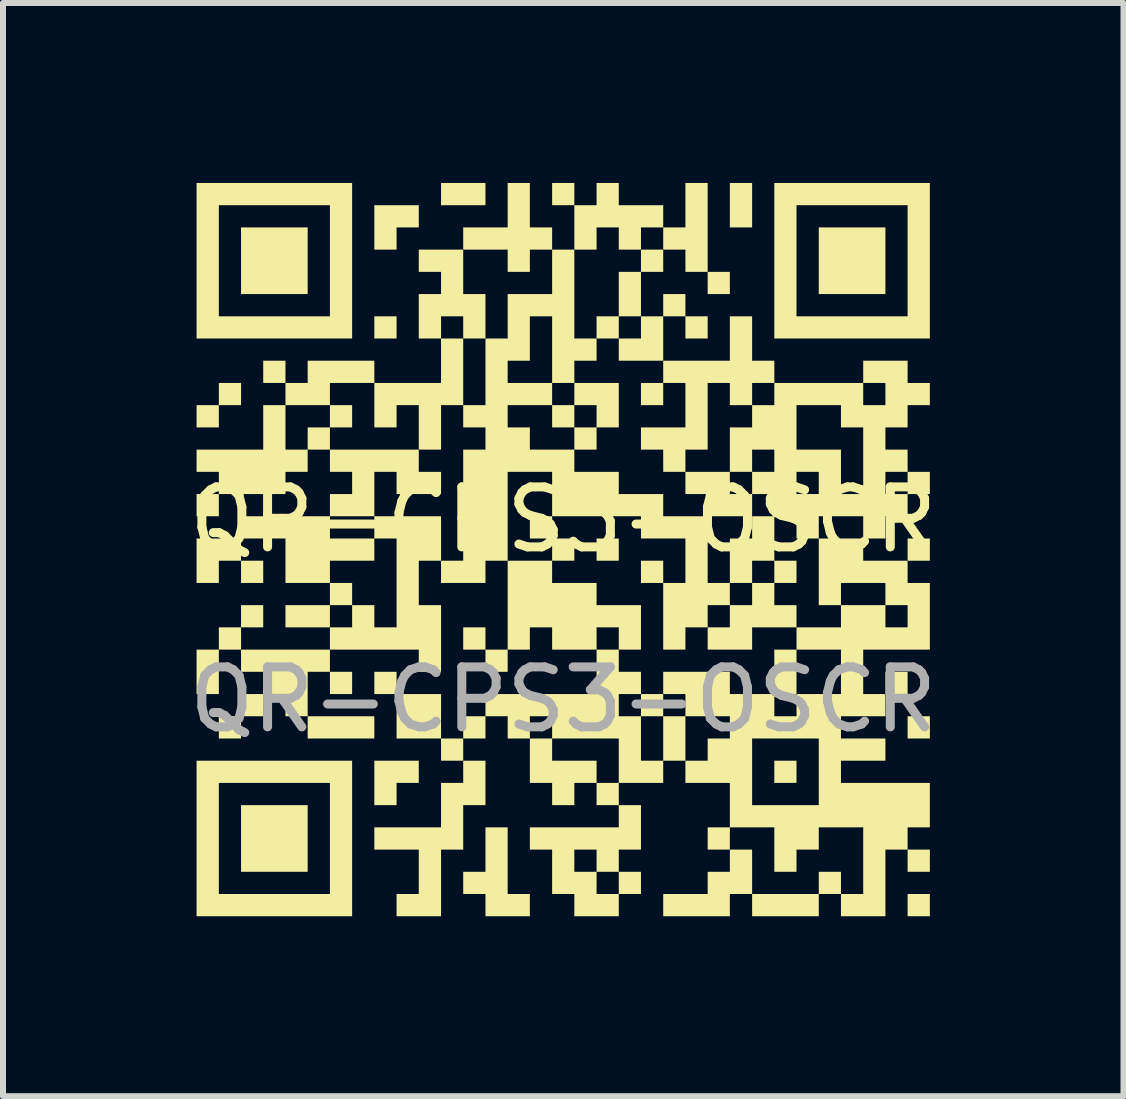
<source format=kicad_pcb>
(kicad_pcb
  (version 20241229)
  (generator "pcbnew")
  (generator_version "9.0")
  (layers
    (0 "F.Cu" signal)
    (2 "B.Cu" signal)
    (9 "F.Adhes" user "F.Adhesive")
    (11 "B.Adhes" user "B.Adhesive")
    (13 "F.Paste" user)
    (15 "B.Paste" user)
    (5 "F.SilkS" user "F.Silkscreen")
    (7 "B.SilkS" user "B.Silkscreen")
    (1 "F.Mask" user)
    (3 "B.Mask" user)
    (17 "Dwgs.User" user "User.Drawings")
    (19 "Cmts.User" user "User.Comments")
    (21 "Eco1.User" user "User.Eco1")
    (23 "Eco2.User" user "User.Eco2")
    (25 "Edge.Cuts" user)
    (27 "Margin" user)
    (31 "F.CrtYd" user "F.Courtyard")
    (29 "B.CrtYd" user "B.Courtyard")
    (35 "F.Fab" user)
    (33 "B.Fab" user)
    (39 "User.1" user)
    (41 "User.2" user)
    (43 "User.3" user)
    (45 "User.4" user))
  (footprint "QR-CPS3-OSCR"
    (layer "F.Cu")
    (at 6.339 6.112)
    (property "Reference" "QR-CPS3-OSCR" (at 0 -0.5 0) (unlocked yes) (layer "F.SilkS") (effects (font (size 1 1) (thickness 0.15))))
    (attr smd)
    (fp_poly (pts (xy -5.741 -2.037) (xy -6.112 -2.037) (xy -6.112 -2.408) (xy -5.741 -2.408)) (stroke (width -0.000001) (type solid)) (fill yes) (layer "F.SilkS"))
    (fp_poly (pts (xy -5.741 -0.556) (xy -6.112 -0.556) (xy -6.112 -0.926) (xy -5.741 -0.926)) (stroke (width -0.000001) (type solid)) (fill yes) (layer "F.SilkS"))
    (fp_poly (pts (xy -5.741 2.408) (xy -6.112 2.408) (xy -6.112 1.667) (xy -5.741 1.667)) (stroke (width -0.000001) (type solid)) (fill yes) (layer "F.SilkS"))
    (fp_poly (pts (xy -5.371 -2.408) (xy -5.741 -2.408) (xy -5.741 -2.778) (xy -5.371 -2.778)) (stroke (width -0.000001) (type solid)) (fill yes) (layer "F.SilkS"))
    (fp_poly (pts (xy -5.371 1.667) (xy -5.741 1.667) (xy -5.741 1.296) (xy -5.371 1.296)) (stroke (width -0.000001) (type solid)) (fill yes) (layer "F.SilkS"))
    (fp_poly (pts (xy -5.371 3.149) (xy -5.741 3.149) (xy -5.741 2.778) (xy -5.371 2.778)) (stroke (width -0.000001) (type solid)) (fill yes) (layer "F.SilkS"))
    (fp_poly (pts (xy -5.001 0.556) (xy -5.371 0.556) (xy -5.371 0.185) (xy -5.001 0.185)) (stroke (width -0.000001) (type solid)) (fill yes) (layer "F.SilkS"))
    (fp_poly (pts (xy -5.001 1.296) (xy -5.371 1.296) (xy -5.371 0.926) (xy -5.001 0.926)) (stroke (width -0.000001) (type solid)) (fill yes) (layer "F.SilkS"))
    (fp_poly (pts (xy -5.001 2.778) (xy -5.371 2.778) (xy -5.371 2.408) (xy -5.001 2.408)) (stroke (width -0.000001) (type solid)) (fill yes) (layer "F.SilkS"))
    (fp_poly (pts (xy -4.63 -2.778) (xy -5.001 -2.778) (xy -5.001 -3.149) (xy -4.63 -3.149)) (stroke (width -0.000001) (type solid)) (fill yes) (layer "F.SilkS"))
    (fp_poly (pts (xy -4.26 -4.26) (xy -5.371 -4.26) (xy -5.371 -5.371) (xy -4.26 -5.371)) (stroke (width -0.000001) (type solid)) (fill yes) (layer "F.SilkS"))
    (fp_poly (pts (xy -4.26 5.371) (xy -5.371 5.371) (xy -5.371 4.26) (xy -4.26 4.26)) (stroke (width -0.000001) (type solid)) (fill yes) (layer "F.SilkS"))
    (fp_poly (pts (xy -3.889 -1.667) (xy -4.26 -1.667) (xy -4.26 -2.037) (xy -3.889 -2.037)) (stroke (width -0.000001) (type solid)) (fill yes) (layer "F.SilkS"))
    (fp_poly (pts (xy -3.519 -2.037) (xy -3.889 -2.037) (xy -3.889 -2.408) (xy -3.519 -2.408)) (stroke (width -0.000001) (type solid)) (fill yes) (layer "F.SilkS"))
    (fp_poly (pts (xy -3.519 2.408) (xy -3.889 2.408) (xy -3.889 2.037) (xy -3.519 2.037)) (stroke (width -0.000001) (type solid)) (fill yes) (layer "F.SilkS"))
    (fp_poly (pts (xy -3.149 3.149) (xy -4.26 3.149) (xy -4.26 2.778) (xy -3.149 2.778)) (stroke (width -0.000001) (type solid)) (fill yes) (layer "F.SilkS"))
    (fp_poly (pts (xy -2.778 -3.519) (xy -3.149 -3.519) (xy -3.149 -3.889) (xy -2.778 -3.889)) (stroke (width -0.000001) (type solid)) (fill yes) (layer "F.SilkS"))
    (fp_poly (pts (xy -2.778 2.408) (xy -3.149 2.408) (xy -3.149 2.037) (xy -2.778 2.037)) (stroke (width -0.000001) (type solid)) (fill yes) (layer "F.SilkS"))
    (fp_poly (pts (xy -2.037 3.149) (xy -2.778 3.149) (xy -2.778 2.408) (xy -2.037 2.408)) (stroke (width -0.000001) (type solid)) (fill yes) (layer "F.SilkS"))
    (fp_poly (pts (xy -1.667 3.519) (xy -2.037 3.519) (xy -2.037 3.149) (xy -1.667 3.149)) (stroke (width -0.000001) (type solid)) (fill yes) (layer "F.SilkS"))
    (fp_poly (pts (xy -1.296 -5.741) (xy -2.037 -5.741) (xy -2.037 -6.112) (xy -1.296 -6.112)) (stroke (width -0.000001) (type solid)) (fill yes) (layer "F.SilkS"))
    (fp_poly (pts (xy -1.296 1.667) (xy -1.667 1.667) (xy -1.667 1.296) (xy -1.296 1.296)) (stroke (width -0.000001) (type solid)) (fill yes) (layer "F.SilkS"))
    (fp_poly (pts (xy -1.296 3.149) (xy -1.667 3.149) (xy -1.667 2.778) (xy -1.296 2.778)) (stroke (width -0.000001) (type solid)) (fill yes) (layer "F.SilkS"))
    (fp_poly (pts (xy -0.926 2.037) (xy -1.296 2.037) (xy -1.296 1.667) (xy -0.926 1.667)) (stroke (width -0.000001) (type solid)) (fill yes) (layer "F.SilkS"))
    (fp_poly (pts (xy -0.185 -0.185) (xy -0.556 -0.185) (xy -0.556 -0.556) (xy -0.185 -0.556)) (stroke (width -0.000001) (type solid)) (fill yes) (layer "F.SilkS"))
    (fp_poly (pts (xy 0.185 -5.741) (xy -0.185 -5.741) (xy -0.185 -6.112) (xy 0.185 -6.112)) (stroke (width -0.000001) (type solid)) (fill yes) (layer "F.SilkS"))
    (fp_poly (pts (xy 0.185 0.185) (xy -0.185 0.185) (xy -0.185 -0.185) (xy 0.185 -0.185)) (stroke (width -0.000001) (type solid)) (fill yes) (layer "F.SilkS"))
    (fp_poly (pts (xy 0.926 -3.519) (xy 0.556 -3.519) (xy 0.556 -3.889) (xy 0.926 -3.889)) (stroke (width -0.000001) (type solid)) (fill yes) (layer "F.SilkS"))
    (fp_poly (pts (xy 0.926 0.185) (xy 0.556 0.185) (xy 0.556 -0.185) (xy 0.926 -0.185)) (stroke (width -0.000001) (type solid)) (fill yes) (layer "F.SilkS"))
    (fp_poly (pts (xy 1.296 -3.889) (xy 0.926 -3.889) (xy 0.926 -4.63) (xy 1.296 -4.63)) (stroke (width -0.000001) (type solid)) (fill yes) (layer "F.SilkS"))
    (fp_poly (pts (xy 1.667 -4.63) (xy 1.296 -4.63) (xy 1.296 -5.001) (xy 1.667 -5.001)) (stroke (width -0.000001) (type solid)) (fill yes) (layer "F.SilkS"))
    (fp_poly (pts (xy 1.667 -2.408) (xy 1.296 -2.408) (xy 1.296 -2.778) (xy 1.667 -2.778)) (stroke (width -0.000001) (type solid)) (fill yes) (layer "F.SilkS"))
    (fp_poly (pts (xy 1.667 0.556) (xy 1.296 0.556) (xy 1.296 0.185) (xy 1.667 0.185)) (stroke (width -0.000001) (type solid)) (fill yes) (layer "F.SilkS"))
    (fp_poly (pts (xy 1.667 2.778) (xy 1.296 2.778) (xy 1.296 2.408) (xy 1.667 2.408)) (stroke (width -0.000001) (type solid)) (fill yes) (layer "F.SilkS"))
    (fp_poly (pts (xy 2.037 -3.889) (xy 1.667 -3.889) (xy 1.667 -4.26) (xy 2.037 -4.26)) (stroke (width -0.000001) (type solid)) (fill yes) (layer "F.SilkS"))
    (fp_poly (pts (xy 2.408 -3.519) (xy 2.037 -3.519) (xy 2.037 -3.889) (xy 2.408 -3.889)) (stroke (width -0.000001) (type solid)) (fill yes) (layer "F.SilkS"))
    (fp_poly (pts (xy 2.778 -4.26) (xy 2.408 -4.26) (xy 2.408 -4.63) (xy 2.778 -4.63)) (stroke (width -0.000001) (type solid)) (fill yes) (layer "F.SilkS"))
    (fp_poly (pts (xy 3.149 -5.371) (xy 2.778 -5.371) (xy 2.778 -6.112) (xy 3.149 -6.112)) (stroke (width -0.000001) (type solid)) (fill yes) (layer "F.SilkS"))
    (fp_poly (pts (xy 3.889 2.408) (xy 3.519 2.408) (xy 3.519 1.667) (xy 3.889 1.667)) (stroke (width -0.000001) (type solid)) (fill yes) (layer "F.SilkS"))
    (fp_poly (pts (xy 3.889 3.889) (xy 3.519 3.889) (xy 3.519 3.519) (xy 3.889 3.519)) (stroke (width -0.000001) (type solid)) (fill yes) (layer "F.SilkS"))
    (fp_poly (pts (xy 5.371 -4.26) (xy 4.26 -4.26) (xy 4.26 -5.371) (xy 5.371 -5.371)) (stroke (width -0.000001) (type solid)) (fill yes) (layer "F.SilkS"))
    (fp_poly (pts (xy 5.741 2.408) (xy 5.371 2.408) (xy 5.371 2.037) (xy 5.741 2.037)) (stroke (width -0.000001) (type solid)) (fill yes) (layer "F.SilkS"))
    (fp_poly (pts (xy 6.112 0.185) (xy 5.741 0.185) (xy 5.741 -0.185) (xy 6.112 -0.185)) (stroke (width -0.000001) (type solid)) (fill yes) (layer "F.SilkS"))
    (fp_poly (pts (xy 6.112 3.149) (xy 5.741 3.149) (xy 5.741 2.778) (xy 6.112 2.778)) (stroke (width -0.000001) (type solid)) (fill yes) (layer "F.SilkS"))
    (fp_poly (pts (xy 6.112 5.371) (xy 5.741 5.371) (xy 5.741 5.001) (xy 6.112 5.001)) (stroke (width -0.000001) (type solid)) (fill yes) (layer "F.SilkS"))
    (fp_poly (pts (xy 6.112 6.112) (xy 5.741 6.112) (xy 5.741 5.741) (xy 6.112 5.741)) (stroke (width -0.000001) (type solid)) (fill yes) (layer "F.SilkS"))
    (fp_poly (pts (xy -5.371 0.185) (xy -5.741 0.185) (xy -5.741 0.556) (xy -6.112 0.556) (xy -6.112 -0.185) (xy -5.371 -0.185)) (stroke (width -0.000001) (type solid)) (fill yes) (layer "F.SilkS"))
    (fp_poly (pts (xy -2.408 -5.371) (xy -2.778 -5.371) (xy -2.778 -5.001) (xy -3.149 -5.001) (xy -3.149 -5.741) (xy -2.408 -5.741)) (stroke (width -0.000001) (type solid)) (fill yes) (layer "F.SilkS"))
    (fp_poly (pts (xy -2.408 3.889) (xy -2.778 3.889) (xy -2.778 4.26) (xy -3.149 4.26) (xy -3.149 3.519) (xy -2.408 3.519)) (stroke (width -0.000001) (type solid)) (fill yes) (layer "F.SilkS"))
    (fp_poly (pts (xy 1.667 -3.149) (xy 0.926 -3.149) (xy 0.926 -3.519) (xy 1.296 -3.519) (xy 1.296 -3.889) (xy 1.667 -3.889)) (stroke (width -0.000001) (type solid)) (fill yes) (layer "F.SilkS"))
    (fp_poly (pts (xy -3.149 -2.778) (xy -3.889 -2.778) (xy -3.889 -2.408) (xy -4.63 -2.408) (xy -4.63 -2.778) (xy -4.26 -2.778) (xy -4.26 -3.149) (xy -3.149 -3.149)) (stroke (width -0.000001) (type solid)) (fill yes) (layer "F.SilkS"))
    (fp_poly (pts (xy 2.408 -4.63) (xy 2.037 -4.63) (xy 2.037 -5.001) (xy 1.667 -5.001) (xy 1.667 -5.371) (xy 2.037 -5.371) (xy 2.037 -6.112) (xy 2.408 -6.112)) (stroke (width -0.000001) (type solid)) (fill yes) (layer "F.SilkS"))
    (fp_poly (pts (xy 2.778 -0.926) (xy 3.149 -0.926) (xy 3.149 -0.556) (xy 2.408 -0.556) (xy 2.408 -0.926) (xy 2.037 -0.926) (xy 2.037 -1.296) (xy 2.778 -1.296)) (stroke (width -0.000001) (type solid)) (fill yes) (layer "F.SilkS"))
    (fp_poly (pts (xy -3.889 2.037) (xy -4.26 2.037) (xy -4.26 2.778) (xy -4.63 2.778) (xy -4.63 2.408) (xy -5.001 2.408) (xy -5.001 2.037) (xy -5.371 2.037) (xy -5.371 1.667) (xy -3.889 1.667)) (stroke (width -0.000001) (type solid)) (fill yes) (layer "F.SilkS"))
    (fp_poly (pts (xy -0.926 5.741) (xy -0.556 5.741) (xy -0.556 6.112) (xy -1.296 6.112) (xy -1.296 5.741) (xy -1.667 5.741) (xy -1.667 5.371) (xy -1.296 5.371) (xy -1.296 4.63) (xy -0.926 4.63)) (stroke (width -0.000001) (type solid)) (fill yes) (layer "F.SilkS"))
    (fp_poly (pts (xy -3.519 -3.519) (xy -6.112 -3.519) (xy -6.112 -3.889) (xy -5.741 -3.889) (xy -3.889 -3.889) (xy -3.889 -5.741) (xy -5.741 -5.741) (xy -5.741 -3.889) (xy -6.112 -3.889) (xy -6.112 -6.112) (xy -3.519 -6.112)) (stroke (width -0.000001) (type solid)) (fill yes) (layer "F.SilkS"))
    (fp_poly (pts (xy -3.519 6.112) (xy -6.112 6.112) (xy -6.112 5.741) (xy -5.741 5.741) (xy -3.889 5.741) (xy -3.889 3.889) (xy -5.741 3.889) (xy -5.741 5.741) (xy -6.112 5.741) (xy -6.112 3.519) (xy -3.519 3.519)) (stroke (width -0.000001) (type solid)) (fill yes) (layer "F.SilkS"))
    (fp_poly (pts (xy 6.112 -3.519) (xy 3.519 -3.519) (xy 3.519 -3.889) (xy 3.889 -3.889) (xy 5.741 -3.889) (xy 5.741 -5.741) (xy 3.889 -5.741) (xy 3.889 -3.889) (xy 3.519 -3.889) (xy 3.519 -6.112) (xy 6.112 -6.112)) (stroke (width -0.000001) (type solid)) (fill yes) (layer "F.SilkS"))
    (fp_poly (pts (xy -4.63 -1.667) (xy -4.26 -1.667) (xy -4.26 -1.296) (xy -4.63 -1.296) (xy -4.63 -0.926) (xy -5.741 -0.926) (xy -5.741 -1.296) (xy -6.112 -1.296) (xy -6.112 -1.667) (xy -5.001 -1.667) (xy -5.001 -2.408) (xy -4.63 -2.408)) (stroke (width -0.000001) (type solid)) (fill yes) (layer "F.SilkS"))
    (fp_poly (pts (xy -1.667 -2.408) (xy -2.037 -2.408) (xy -2.037 -1.667) (xy -2.408 -1.667) (xy -2.408 -2.408) (xy -2.778 -2.408) (xy -2.778 -2.037) (xy -3.149 -2.037) (xy -3.149 -2.778) (xy -2.037 -2.778) (xy -2.037 -3.519) (xy -1.667 -3.519)) (stroke (width -0.000001) (type solid)) (fill yes) (layer "F.SilkS"))
    (fp_poly (pts (xy -0.556 -5.371) (xy -0.185 -5.371) (xy -0.185 -5.001) (xy -0.556 -5.001) (xy -0.556 -4.63) (xy -0.926 -4.63) (xy -0.926 -5.001) (xy -1.667 -5.001) (xy -1.667 -5.371) (xy -0.926 -5.371) (xy -0.926 -6.112) (xy -0.556 -6.112)) (stroke (width -0.000001) (type solid)) (fill yes) (layer "F.SilkS"))
    (fp_poly (pts (xy -1.667 -4.26) (xy -1.296 -4.26) (xy -1.296 -3.519) (xy -1.667 -3.519) (xy -1.667 -3.889) (xy -2.037 -3.889) (xy -2.037 -3.519) (xy -2.408 -3.519) (xy -2.408 -4.26) (xy -2.037 -4.26) (xy -2.037 -4.63) (xy -2.408 -4.63) (xy -2.408 -5.001) (xy -1.667 -5.001)) (stroke (width -0.000001) (type solid)) (fill yes) (layer "F.SilkS"))
    (fp_poly (pts (xy 0.926 -5.741) (xy 1.667 -5.741) (xy 1.667 -5.371) (xy 1.296 -5.371) (xy 1.296 -5.001) (xy 0.926 -5.001) (xy 0.926 -5.371) (xy 0.556 -5.371) (xy 0.556 -5.001) (xy 0.185 -5.001) (xy 0.185 -5.741) (xy 0.556 -5.741) (xy 0.556 -6.112) (xy 0.926 -6.112)) (stroke (width -0.000001) (type solid)) (fill yes) (layer "F.SilkS"))
    (fp_poly (pts (xy 0.926 -2.037) (xy 0.556 -2.037) (xy 0.556 -1.667) (xy 0.185 -1.667) (xy 0.185 -2.037) (xy 0.556 -2.037) (xy 0.556 -2.408) (xy 0.185 -2.408) (xy 0.185 -2.037) (xy -0.185 -2.037) (xy -0.185 -2.408) (xy 0.185 -2.408) (xy 0.185 -2.778) (xy 0.926 -2.778)) (stroke (width -0.000001) (type solid)) (fill yes) (layer "F.SilkS"))
    (fp_poly (pts (xy -1.296 4.26) (xy -1.667 4.26) (xy -1.667 5.001) (xy -2.037 5.001) (xy -2.037 6.112) (xy -2.778 6.112) (xy -2.778 5.741) (xy -2.408 5.741) (xy -2.408 5.001) (xy -3.149 5.001) (xy -3.149 4.63) (xy -2.037 4.63) (xy -2.037 3.889) (xy -1.667 3.889) (xy -1.667 3.519) (xy -1.296 3.519)) (stroke (width -0.000001) (type solid)) (fill yes) (layer "F.SilkS"))
    (fp_poly (pts (xy 3.149 -3.149) (xy 3.519 -3.149) (xy 3.519 -2.778) (xy 3.149 -2.778) (xy 3.149 -2.408) (xy 2.778 -2.408) (xy 2.778 -2.778) (xy 2.408 -2.778) (xy 2.408 -1.667) (xy 2.037 -1.667) (xy 2.037 -1.296) (xy 1.667 -1.296) (xy 1.667 -1.667) (xy 1.296 -1.667) (xy 1.296 -2.037) (xy 2.037 -2.037) (xy 2.037 -2.778) (xy 1.667 -2.778) (xy 1.667 -3.149) (xy 2.778 -3.149) (xy 2.778 -3.889) (xy 3.149 -3.889)) (stroke (width -0.000001) (type solid)) (fill yes) (layer "F.SilkS"))
    (fp_poly (pts (xy 3.519 0.185) (xy 3.149 0.185) (xy 3.149 0.556) (xy 3.519 0.556) (xy 3.519 0.185) (xy 3.889 0.185) (xy 3.889 0.556) (xy 3.519 0.556) (xy 3.519 0.926) (xy 3.889 0.926) (xy 3.889 1.296) (xy 3.149 1.296) (xy 3.149 1.667) (xy 2.408 1.667) (xy 2.408 1.296) (xy 2.778 1.296) (xy 2.778 0.926) (xy 3.149 0.926) (xy 3.149 0.556) (xy 2.778 0.556) (xy 2.778 -0.185) (xy 3.149 -0.185) (xy 3.149 -0.556) (xy 3.519 -0.556)) (stroke (width -0.000001) (type solid)) (fill yes) (layer "F.SilkS"))
    (fp_poly (pts (xy 1.296 5.001) (xy 0.926 5.001) (xy 0.926 5.371) (xy 0.556 5.371) (xy 0.556 5.741) (xy 0.926 5.741) (xy 0.926 5.371) (xy 1.296 5.371) (xy 1.296 5.741) (xy 0.926 5.741) (xy 0.926 6.112) (xy 0.185 6.112) (xy 0.185 5.741) (xy -0.185 5.741) (xy -0.185 5.371) (xy 0.185 5.371) (xy 0.556 5.371) (xy 0.556 5.001) (xy 0.185 5.001) (xy 0.185 5.371) (xy -0.185 5.371) (xy -0.185 5.001) (xy -0.556 5.001) (xy -0.556 4.63) (xy 0.926 4.63) (xy 0.926 4.26) (xy 1.296 4.26)) (stroke (width -0.000001) (type solid)) (fill yes) (layer "F.SilkS"))
    (fp_poly (pts (xy -2.408 -1.296) (xy -2.037 -1.296) (xy -2.037 -0.926) (xy -2.778 -0.926) (xy -2.778 -1.296) (xy -3.149 -1.296) (xy -3.149 -0.556) (xy -3.889 -0.556) (xy -3.889 -0.185) (xy -3.149 -0.185) (xy -3.149 -0.556) (xy -2.037 -0.556) (xy -2.037 0.185) (xy -2.408 0.185) (xy -2.408 0.926) (xy -2.037 0.926) (xy -2.037 2.037) (xy -2.408 2.037) (xy -2.408 1.667) (xy -3.889 1.667) (xy -3.889 1.296) (xy -4.63 1.296) (xy -4.63 0.926) (xy -3.889 0.926) (xy -3.889 0.556) (xy -3.519 0.556) (xy -3.519 0.926) (xy -3.889 0.926) (xy -3.889 1.296) (xy -3.519 1.296) (xy -3.519 0.926) (xy -3.149 0.926) (xy -3.149 1.296) (xy -2.778 1.296) (xy -2.778 -0.185) (xy -3.149 -0.185) (xy -3.149 0.185) (xy -3.889 0.185) (xy -3.889 0.556) (xy -4.63 0.556) (xy -4.63 -0.185) (xy -5.371 -0.185) (xy -5.371 -0.556) (xy -3.889 -0.556) (xy -3.889 -0.926) (xy -3.519 -0.926) (xy -3.519 -1.296) (xy -3.889 -1.296) (xy -3.889 -1.667) (xy -2.408 -1.667)) (stroke (width -0.000001) (type solid)) (fill yes) (layer "F.SilkS"))
    (fp_poly (pts (xy 0.185 -3.519) (xy 0.556 -3.519) (xy 0.556 -3.149) (xy 0.185 -3.149) (xy 0.185 -2.778) (xy -0.185 -2.778) (xy -0.185 -2.408) (xy -0.926 -2.408) (xy -0.926 -2.037) (xy -0.556 -2.037) (xy -0.556 -1.667) (xy 0.185 -1.667) (xy 0.185 -1.296) (xy 0.926 -1.296) (xy 0.926 -0.926) (xy 1.667 -0.926) (xy 1.667 -0.556) (xy 2.408 -0.556) (xy 2.408 0.556) (xy 2.778 0.556) (xy 2.778 0.926) (xy 2.408 0.926) (xy 2.408 1.296) (xy 2.037 1.296) (xy 2.037 1.667) (xy 1.667 1.667) (xy 1.667 0.556) (xy 2.037 0.556) (xy 2.037 -0.185) (xy 1.296 -0.185) (xy 1.296 -0.556) (xy -0.185 -0.556) (xy -0.185 -1.296) (xy -0.926 -1.296) (xy -0.926 0.185) (xy -1.296 0.185) (xy -1.296 0.556) (xy -2.037 0.556) (xy -2.037 0.185) (xy -1.667 0.185) (xy -1.667 -1.667) (xy -1.296 -1.667) (xy -1.296 -2.037) (xy -1.667 -2.037) (xy -1.667 -2.408) (xy -1.296 -2.408) (xy -1.296 -3.149) (xy -0.926 -3.149) (xy -0.926 -2.778) (xy -0.185 -2.778) (xy -0.185 -3.889) (xy -0.556 -3.889) (xy -0.556 -3.149) (xy -0.926 -3.149) (xy -1.296 -3.149) (xy -1.296 -3.519) (xy -0.926 -3.519) (xy -0.926 -4.26) (xy -0.185 -4.26) (xy -0.185 -5.001) (xy 0.185 -5.001)) (stroke (width -0.000001) (type solid)) (fill yes) (layer "F.SilkS"))
    (fp_poly (pts (xy 5.741 -2.778) (xy 6.112 -2.778) (xy 6.112 -2.408) (xy 5.741 -2.408) (xy 5.741 -2.037) (xy 5.371 -2.037) (xy 5.371 -1.667) (xy 5.741 -1.667) (xy 5.741 -1.296) (xy 5.371 -1.296) (xy 5.371 -0.926) (xy 5.741 -0.926) (xy 5.741 -1.296) (xy 6.112 -1.296) (xy 6.112 -0.926) (xy 5.741 -0.926) (xy 5.741 -0.556) (xy 5.371 -0.556) (xy 5.371 -0.185) (xy 5.001 -0.185) (xy 5.001 0.185) (xy 5.741 0.185) (xy 5.741 0.556) (xy 6.112 0.556) (xy 6.112 1.667) (xy 5.001 1.667) (xy 5.001 2.408) (xy 5.371 2.408) (xy 5.371 2.778) (xy 4.63 2.778) (xy 4.63 3.149) (xy 5.371 3.149) (xy 5.371 3.519) (xy 4.63 3.519) (xy 4.63 3.889) (xy 6.112 3.889) (xy 6.112 4.63) (xy 5.741 4.63) (xy 5.741 5.001) (xy 5.371 5.001) (xy 5.371 6.112) (xy 4.63 6.112) (xy 4.63 5.741) (xy 4.26 5.741) (xy 4.26 6.112) (xy 3.149 6.112) (xy 3.149 5.741) (xy 2.778 5.741) (xy 2.778 6.112) (xy 1.667 6.112) (xy 1.667 5.741) (xy 2.408 5.741) (xy 2.408 5.371) (xy 2.778 5.371) (xy 2.778 5.001) (xy 3.149 5.001) (xy 3.149 5.741) (xy 4.26 5.741) (xy 4.26 5.371) (xy 4.63 5.371) (xy 4.63 5.741) (xy 5.001 5.741) (xy 5.001 4.63) (xy 4.26 4.63) (xy 4.26 5.001) (xy 3.889 5.001) (xy 3.889 5.371) (xy 3.519 5.371) (xy 3.519 4.63) (xy 2.778 4.63) (xy 2.778 5.001) (xy 2.408 5.001) (xy 2.408 4.63) (xy 2.778 4.63) (xy 2.778 4.26) (xy 3.149 4.26) (xy 4.26 4.26) (xy 4.26 3.149) (xy 3.149 3.149) (xy 3.149 4.26) (xy 2.778 4.26) (xy 2.778 3.889) (xy 2.037 3.889) (xy 2.037 3.519) (xy 2.408 3.519) (xy 2.408 3.149) (xy 2.778 3.149) (xy 2.778 2.778) (xy 2.037 2.778) (xy 2.037 3.519) (xy 1.667 3.519) (xy 1.667 3.889) (xy 0.926 3.889) (xy 0.926 4.26) (xy 0.556 4.26) (xy 0.556 3.889) (xy 0.185 3.889) (xy 0.185 4.26) (xy -0.185 4.26) (xy -0.185 3.889) (xy -0.556 3.889) (xy -0.556 3.519) (xy -0.185 3.519) (xy 0.556 3.519) (xy 0.556 3.889) (xy 0.926 3.889) (xy 0.926 3.149) (xy -0.185 3.149) (xy -0.185 3.519) (xy -0.556 3.519) (xy -0.556 3.149) (xy -0.185 3.149) (xy -0.185 2.778) (xy -0.556 2.778) (xy -0.556 3.149) (xy -0.926 3.149) (xy -0.926 2.778) (xy -1.296 2.778) (xy -1.296 2.408) (xy 0.556 2.408) (xy 0.556 1.667) (xy 0.926 1.667) (xy 0.926 1.296) (xy 0.556 1.296) (xy 0.556 1.667) (xy -0.185 1.667) (xy -0.185 1.296) (xy -0.556 1.296) (xy -0.556 1.667) (xy -0.926 1.667) (xy -0.926 0.185) (xy -0.185 0.185) (xy -0.185 0.556) (xy 0.556 0.556) (xy 0.556 0.926) (xy 1.296 0.926) (xy 1.296 1.667) (xy 0.926 1.667) (xy 0.926 2.037) (xy 1.296 2.037) (xy 1.296 2.408) (xy 0.926 2.408) (xy 0.926 2.778) (xy 1.296 2.778) (xy 1.296 3.519) (xy 1.667 3.519) (xy 1.667 2.778) (xy 2.037 2.778) (xy 2.037 2.408) (xy 1.667 2.408) (xy 1.667 2.037) (xy 2.778 2.037) (xy 2.778 2.408) (xy 3.519 2.408) (xy 3.519 2.778) (xy 3.889 2.778) (xy 3.889 2.408) (xy 4.63 2.408) (xy 4.63 1.667) (xy 3.889 1.667) (xy 3.889 1.296) (xy 4.63 1.296) (xy 5.371 1.296) (xy 5.741 1.296) (xy 5.741 0.926) (xy 5.371 0.926) (xy 5.371 1.296) (xy 4.63 1.296) (xy 4.63 0.926) (xy 5.371 0.926) (xy 5.371 0.556) (xy 4.63 0.556) (xy 4.63 0.926) (xy 4.26 0.926) (xy 4.26 -0.185) (xy 5.001 -0.185) (xy 5.001 -0.556) (xy 4.26 -0.556) (xy 4.26 -0.185) (xy 3.889 -0.185) (xy 3.889 -0.556) (xy 3.519 -0.556) (xy 3.519 -0.926) (xy 3.889 -0.926) (xy 4.26 -0.926) (xy 4.26 -1.296) (xy 3.889 -1.296) (xy 3.889 -0.926) (xy 3.519 -0.926) (xy 3.149 -0.926) (xy 3.149 -1.296) (xy 3.519 -1.296) (xy 3.519 -1.667) (xy 3.889 -1.667) (xy 4.63 -1.667) (xy 4.63 -0.926) (xy 5.001 -0.926) (xy 5.001 -2.037) (xy 4.63 -2.037) (xy 4.63 -2.408) (xy 5.001 -2.408) (xy 5.371 -2.408) (xy 5.371 -2.778) (xy 5.001 -2.778) (xy 5.001 -2.408) (xy 4.63 -2.408) (xy 3.889 -2.408) (xy 3.889 -1.667) (xy 3.519 -1.667) (xy 3.149 -1.667) (xy 3.149 -1.296) (xy 2.778 -1.296) (xy 2.778 -2.037) (xy 3.149 -2.037) (xy 3.149 -2.408) (xy 3.519 -2.408) (xy 3.519 -2.778) (xy 5.001 -2.778) (xy 5.001 -3.149) (xy 5.741 -3.149)) (stroke (width -0.000001) (type solid)) (fill yes) (layer "F.SilkS"))
    (fp_text user "${REFERENCE}" (at 0 2.5 0) (unlocked yes) (layer "F.Fab") (effects (font (size 1 1) (thickness 0.15)))))
  (gr_rect
    (start -3 -3)
    (end 15.679 15.224)
    (stroke (width 0.1) (type default))
    (fill no)
    (layer "Edge.Cuts")))
</source>
